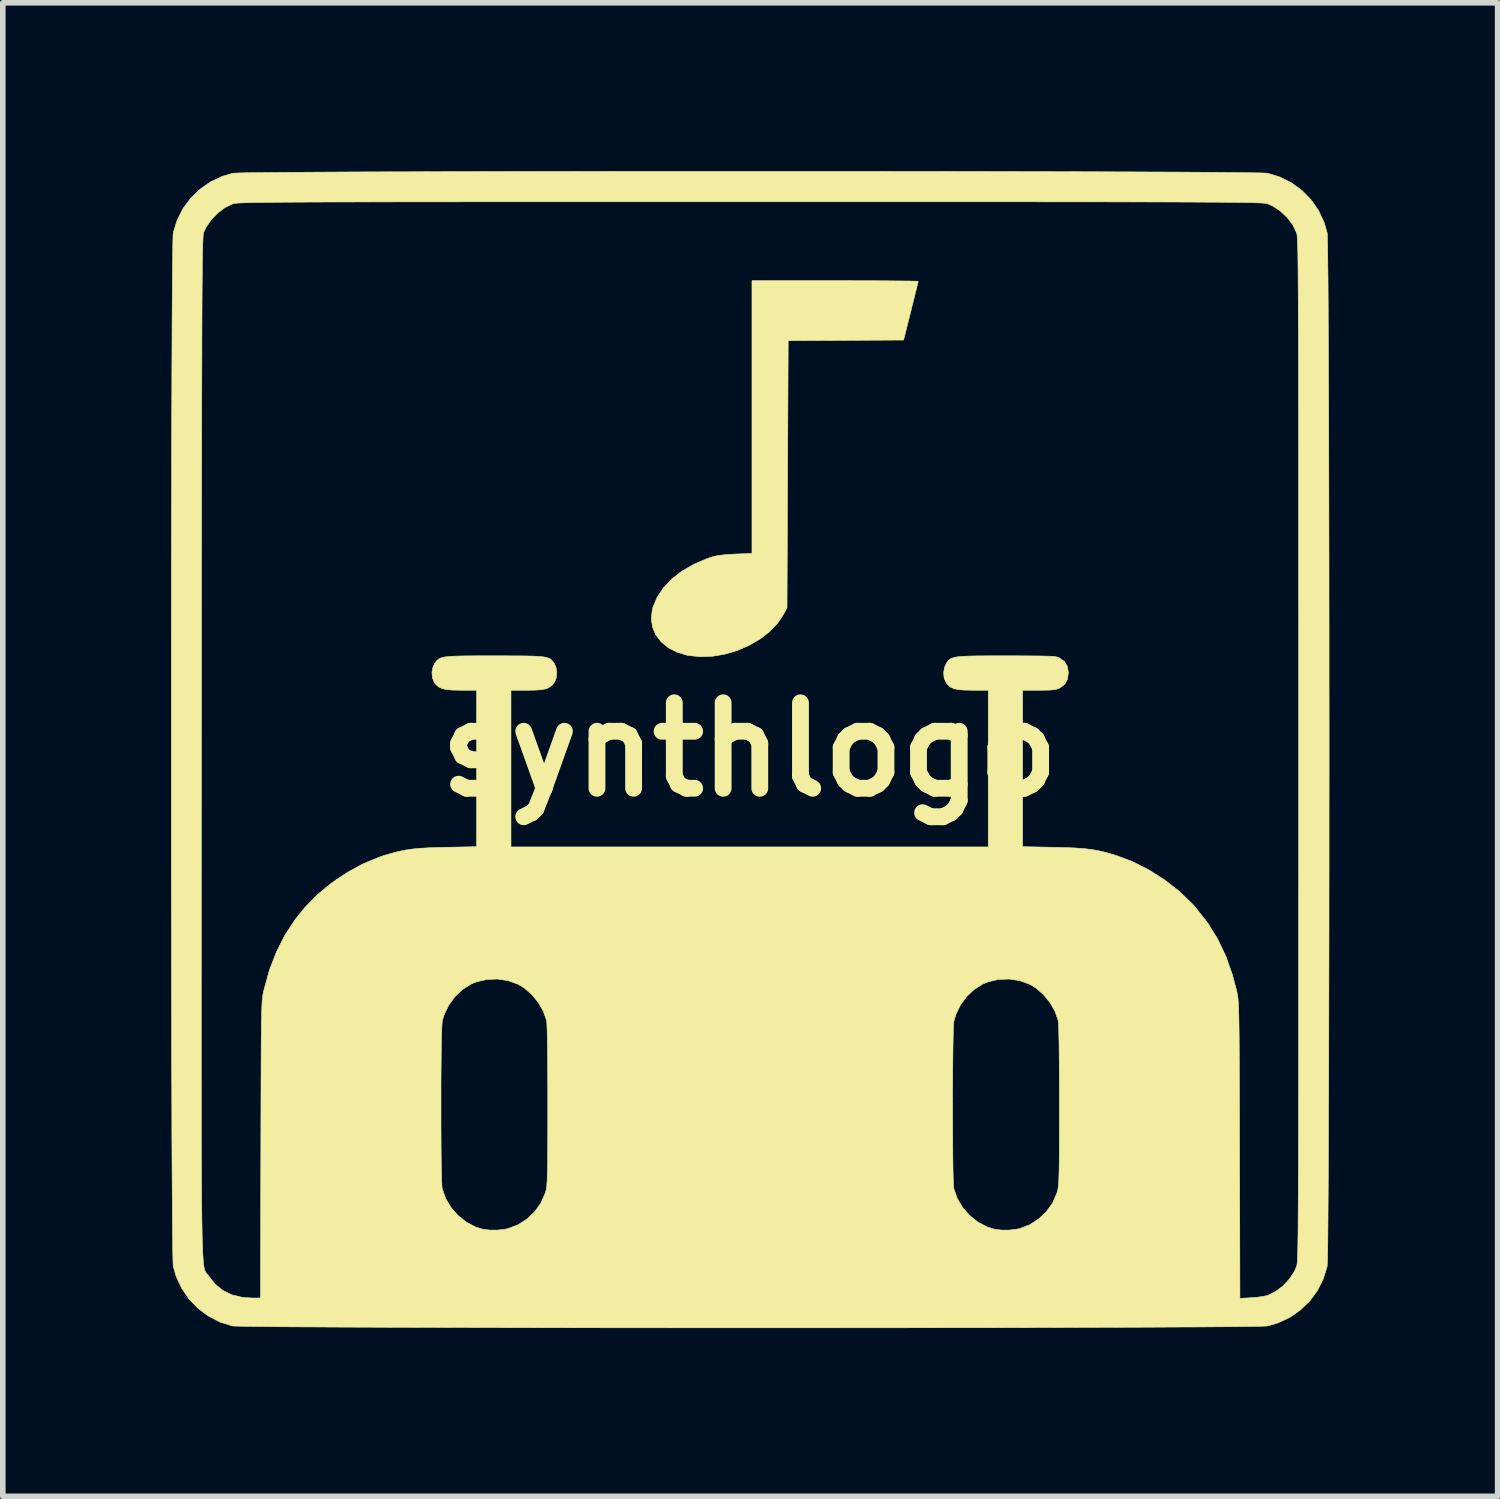
<source format=kicad_pcb>
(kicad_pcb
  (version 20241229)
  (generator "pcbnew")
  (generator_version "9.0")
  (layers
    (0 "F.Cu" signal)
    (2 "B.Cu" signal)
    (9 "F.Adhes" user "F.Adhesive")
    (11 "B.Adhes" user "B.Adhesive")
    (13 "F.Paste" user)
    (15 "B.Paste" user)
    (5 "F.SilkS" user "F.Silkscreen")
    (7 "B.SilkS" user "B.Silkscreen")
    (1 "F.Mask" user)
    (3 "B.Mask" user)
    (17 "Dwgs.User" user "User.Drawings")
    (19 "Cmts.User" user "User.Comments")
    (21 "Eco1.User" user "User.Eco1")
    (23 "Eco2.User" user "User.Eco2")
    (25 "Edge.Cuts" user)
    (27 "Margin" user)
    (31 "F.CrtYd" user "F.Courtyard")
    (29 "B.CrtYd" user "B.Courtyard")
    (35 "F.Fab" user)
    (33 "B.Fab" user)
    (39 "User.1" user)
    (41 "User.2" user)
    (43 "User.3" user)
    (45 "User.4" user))
  (footprint "synthlogo"
    (layer "F.Cu")
    (at 10.316 10.316)
    (property "Reference" "synthlogo" (at 0 0 0) (layer "F.SilkS") (effects (font (size 1.524 1.524) (thickness 0.3))))
    (attr through_hole)
    (fp_poly (pts (xy 1.77 -8.361) (xy 2.004 -8.36) (xy 2.221 -8.36) (xy 2.419 -8.359) (xy 2.593 -8.357) (xy 2.742 -8.356) (xy 2.86 -8.355) (xy 2.946 -8.353) (xy 2.995 -8.351) (xy 3.006 -8.35) (xy 3.001 -8.327) (xy 2.987 -8.269) (xy 2.965 -8.181) (xy 2.938 -8.069) (xy 2.905 -7.939) (xy 2.876 -7.821) (xy 2.746 -7.303) (xy 1.717 -7.297) (xy 0.688 -7.292) (xy 0.677 -4.911) (xy 0.667 -2.529) (xy 0.607 -2.415) (xy 0.498 -2.251) (xy 0.354 -2.102) (xy 0.182 -1.969) (xy -0.012 -1.857) (xy -0.223 -1.766) (xy -0.443 -1.701) (xy -0.668 -1.663) (xy -0.89 -1.656) (xy -1.105 -1.681) (xy -1.121 -1.684) (xy -1.302 -1.74) (xy -1.456 -1.821) (xy -1.58 -1.925) (xy -1.673 -2.047) (xy -1.731 -2.185) (xy -1.753 -2.335) (xy -1.735 -2.494) (xy -1.726 -2.531) (xy -1.651 -2.712) (xy -1.538 -2.883) (xy -1.39 -3.04) (xy -1.209 -3.181) (xy -0.998 -3.303) (xy -0.761 -3.405) (xy -0.656 -3.44) (xy -0.568 -3.459) (xy -0.443 -3.475) (xy -0.289 -3.485) (xy -0.249 -3.487) (xy 0.042 -3.498) (xy 0.042 -8.361) (xy 1.524 -8.361) (xy 1.77 -8.361)) (stroke (width 0.01) (type solid)) (fill yes) (layer "F.SilkS"))
    (fp_poly (pts (xy 0.495 -10.311) (xy 1.038 -10.311) (xy 1.578 -10.311) (xy 2.113 -10.311) (xy 2.641 -10.31) (xy 3.161 -10.31) (xy 3.671 -10.309) (xy 4.169 -10.308) (xy 4.655 -10.307) (xy 5.125 -10.306) (xy 5.578 -10.305) (xy 6.013 -10.304) (xy 6.428 -10.302) (xy 6.822 -10.301) (xy 7.192 -10.299) (xy 7.537 -10.298) (xy 7.855 -10.296) (xy 8.144 -10.294) (xy 8.404 -10.292) (xy 8.631 -10.29) (xy 8.825 -10.287) (xy 8.984 -10.285) (xy 9.106 -10.283) (xy 9.189 -10.28) (xy 9.232 -10.277) (xy 9.236 -10.277) (xy 9.46 -10.208) (xy 9.667 -10.104) (xy 9.853 -9.966) (xy 10.014 -9.801) (xy 10.145 -9.611) (xy 10.244 -9.401) (xy 10.298 -9.215) (xy 10.301 -9.181) (xy 10.303 -9.106) (xy 10.306 -8.993) (xy 10.308 -8.842) (xy 10.31 -8.656) (xy 10.313 -8.435) (xy 10.315 -8.183) (xy 10.317 -7.9) (xy 10.318 -7.588) (xy 10.32 -7.249) (xy 10.322 -6.884) (xy 10.323 -6.496) (xy 10.325 -6.085) (xy 10.326 -5.655) (xy 10.327 -5.205) (xy 10.328 -4.738) (xy 10.329 -4.257) (xy 10.33 -3.761) (xy 10.331 -3.254) (xy 10.331 -2.736) (xy 10.332 -2.209) (xy 10.332 -1.676) (xy 10.332 -1.138) (xy 10.333 -0.595) (xy 10.333 -0.052) (xy 10.333 0.492) (xy 10.332 1.035) (xy 10.332 1.574) (xy 10.332 2.109) (xy 10.331 2.637) (xy 10.331 3.156) (xy 10.33 3.666) (xy 10.329 4.164) (xy 10.328 4.648) (xy 10.327 5.118) (xy 10.326 5.571) (xy 10.325 6.005) (xy 10.323 6.42) (xy 10.322 6.812) (xy 10.32 7.181) (xy 10.319 7.525) (xy 10.317 7.843) (xy 10.315 8.131) (xy 10.313 8.39) (xy 10.311 8.616) (xy 10.309 8.809) (xy 10.306 8.967) (xy 10.304 9.088) (xy 10.301 9.17) (xy 10.298 9.212) (xy 10.298 9.215) (xy 10.229 9.439) (xy 10.125 9.646) (xy 9.988 9.832) (xy 9.822 9.992) (xy 9.633 10.124) (xy 9.422 10.223) (xy 9.236 10.277) (xy 9.203 10.279) (xy 9.128 10.282) (xy 9.015 10.284) (xy 8.865 10.287) (xy 8.679 10.289) (xy 8.459 10.291) (xy 8.207 10.293) (xy 7.924 10.295) (xy 7.613 10.296) (xy 7.274 10.298) (xy 6.91 10.3) (xy 6.522 10.301) (xy 6.112 10.302) (xy 5.682 10.304) (xy 5.233 10.305) (xy 4.766 10.306) (xy 4.285 10.307) (xy 3.789 10.307) (xy 3.282 10.308) (xy 2.764 10.309) (xy 2.238 10.309) (xy 1.704 10.309) (xy 1.166 10.31) (xy 0.624 10.31) (xy 0.08 10.31) (xy -0.465 10.31) (xy -1.008 10.31) (xy -1.547 10.309) (xy -2.082 10.309) (xy -2.611 10.309) (xy -3.131 10.308) (xy -3.641 10.307) (xy -4.14 10.306) (xy -4.626 10.305) (xy -5.096 10.304) (xy -5.55 10.303) (xy -5.986 10.302) (xy -6.402 10.301) (xy -6.796 10.299) (xy -7.167 10.298) (xy -7.512 10.296) (xy -7.831 10.294) (xy -8.122 10.293) (xy -8.382 10.291) (xy -8.611 10.288) (xy -8.806 10.286) (xy -8.967 10.284) (xy -9.09 10.282) (xy -9.175 10.279) (xy -9.22 10.277) (xy -9.225 10.276) (xy -9.446 10.207) (xy -9.65 10.101) (xy -9.835 9.964) (xy -9.994 9.798) (xy -10.125 9.608) (xy -10.223 9.399) (xy -10.277 9.215) (xy -10.279 9.181) (xy -10.282 9.106) (xy -10.285 8.993) (xy -10.287 8.842) (xy -10.289 8.656) (xy -10.291 8.435) (xy -10.293 8.183) (xy -10.295 7.9) (xy -10.297 7.588) (xy -10.299 7.249) (xy -10.301 6.884) (xy -10.302 6.496) (xy -10.303 6.085) (xy -10.305 5.655) (xy -10.306 5.282) (xy -9.777 5.282) (xy -9.777 5.701) (xy -9.776 6.089) (xy -9.776 6.448) (xy -9.776 6.778) (xy -9.775 7.082) (xy -9.774 7.36) (xy -9.773 7.614) (xy -9.771 7.844) (xy -9.77 8.051) (xy -9.768 8.238) (xy -9.766 8.405) (xy -9.763 8.553) (xy -9.761 8.684) (xy -9.757 8.798) (xy -9.754 8.898) (xy -9.75 8.983) (xy -9.746 9.056) (xy -9.742 9.117) (xy -9.737 9.168) (xy -9.731 9.209) (xy -9.725 9.243) (xy -9.719 9.269) (xy -9.713 9.29) (xy -9.705 9.307) (xy -9.698 9.32) (xy -9.689 9.331) (xy -9.681 9.341) (xy -9.671 9.352) (xy -9.662 9.363) (xy -9.651 9.378) (xy -9.65 9.38) (xy -9.532 9.53) (xy -9.391 9.644) (xy -9.228 9.723) (xy -9.04 9.767) (xy -8.885 9.778) (xy -8.722 9.779) (xy -8.715 7.138) (xy -8.714 6.75) (xy -8.713 6.442) (xy -5.503 6.442) (xy -5.503 6.664) (xy -5.502 6.878) (xy -5.501 7.082) (xy -5.499 7.271) (xy -5.496 7.439) (xy -5.493 7.584) (xy -5.49 7.699) (xy -5.486 7.782) (xy -5.481 7.827) (xy -5.481 7.829) (xy -5.42 8.003) (xy -5.324 8.165) (xy -5.199 8.307) (xy -5.052 8.425) (xy -4.888 8.511) (xy -4.769 8.549) (xy -4.638 8.567) (xy -4.49 8.567) (xy -4.348 8.549) (xy -4.307 8.54) (xy -4.13 8.473) (xy -3.97 8.37) (xy -3.831 8.239) (xy -3.721 8.084) (xy -3.645 7.911) (xy -3.631 7.864) (xy -3.624 7.834) (xy -3.619 7.795) (xy -3.614 7.745) (xy -3.61 7.68) (xy -3.607 7.597) (xy -3.604 7.494) (xy -3.602 7.366) (xy -3.601 7.211) (xy -3.6 7.026) (xy -3.599 6.807) (xy -3.599 6.552) (xy -3.599 6.442) (xy 3.619 6.442) (xy 3.62 6.664) (xy 3.621 6.878) (xy 3.622 7.082) (xy 3.624 7.271) (xy 3.626 7.439) (xy 3.629 7.584) (xy 3.633 7.699) (xy 3.637 7.782) (xy 3.642 7.827) (xy 3.642 7.829) (xy 3.703 8.003) (xy 3.799 8.165) (xy 3.923 8.307) (xy 4.071 8.425) (xy 4.235 8.511) (xy 4.354 8.549) (xy 4.485 8.567) (xy 4.633 8.567) (xy 4.775 8.549) (xy 4.816 8.54) (xy 4.993 8.473) (xy 5.153 8.37) (xy 5.291 8.239) (xy 5.402 8.084) (xy 5.478 7.911) (xy 5.492 7.864) (xy 5.498 7.834) (xy 5.504 7.795) (xy 5.509 7.745) (xy 5.513 7.68) (xy 5.516 7.597) (xy 5.519 7.494) (xy 5.521 7.366) (xy 5.522 7.211) (xy 5.523 7.026) (xy 5.524 6.807) (xy 5.524 6.552) (xy 5.524 6.33) (xy 5.524 6.036) (xy 5.522 5.769) (xy 5.521 5.53) (xy 5.519 5.323) (xy 5.516 5.149) (xy 5.512 5.01) (xy 5.509 4.908) (xy 5.504 4.845) (xy 5.502 4.828) (xy 5.445 4.665) (xy 5.354 4.508) (xy 5.238 4.366) (xy 5.102 4.249) (xy 4.992 4.183) (xy 4.815 4.119) (xy 4.626 4.091) (xy 4.434 4.099) (xy 4.249 4.142) (xy 4.154 4.182) (xy 4.003 4.278) (xy 3.868 4.406) (xy 3.757 4.558) (xy 3.677 4.726) (xy 3.643 4.843) (xy 3.638 4.886) (xy 3.634 4.967) (xy 3.631 5.082) (xy 3.628 5.225) (xy 3.625 5.393) (xy 3.623 5.58) (xy 3.621 5.784) (xy 3.62 5.998) (xy 3.619 6.219) (xy 3.619 6.442) (xy -3.599 6.442) (xy -3.599 6.33) (xy -3.599 6.036) (xy -3.6 5.769) (xy -3.602 5.53) (xy -3.604 5.323) (xy -3.607 5.149) (xy -3.61 5.01) (xy -3.614 4.908) (xy -3.618 4.845) (xy -3.621 4.828) (xy -3.678 4.665) (xy -3.768 4.508) (xy -3.885 4.366) (xy -4.021 4.249) (xy -4.131 4.183) (xy -4.308 4.119) (xy -4.497 4.091) (xy -4.689 4.099) (xy -4.873 4.142) (xy -4.969 4.182) (xy -5.12 4.278) (xy -5.255 4.406) (xy -5.365 4.558) (xy -5.446 4.726) (xy -5.48 4.843) (xy -5.484 4.886) (xy -5.488 4.967) (xy -5.492 5.082) (xy -5.495 5.225) (xy -5.498 5.393) (xy -5.5 5.58) (xy -5.502 5.784) (xy -5.503 5.998) (xy -5.503 6.219) (xy -5.503 6.442) (xy -8.713 6.442) (xy -8.713 6.401) (xy -8.712 6.09) (xy -8.711 5.814) (xy -8.71 5.571) (xy -8.709 5.358) (xy -8.708 5.174) (xy -8.706 5.016) (xy -8.705 4.881) (xy -8.702 4.767) (xy -8.7 4.672) (xy -8.697 4.593) (xy -8.694 4.528) (xy -8.691 4.475) (xy -8.686 4.432) (xy -8.682 4.395) (xy -8.676 4.363) (xy -8.67 4.333) (xy -8.664 4.303) (xy -8.662 4.294) (xy -8.564 3.937) (xy -8.439 3.611) (xy -8.286 3.309) (xy -8.101 3.027) (xy -7.932 2.817) (xy -7.709 2.589) (xy -7.455 2.379) (xy -7.18 2.193) (xy -6.892 2.036) (xy -6.598 1.915) (xy -6.512 1.886) (xy -6.378 1.847) (xy -6.256 1.815) (xy -6.137 1.791) (xy -6.014 1.773) (xy -5.879 1.76) (xy -5.722 1.751) (xy -5.535 1.744) (xy -5.413 1.742) (xy -4.868 1.731) (xy -4.868 -1.058) (xy -5.149 -1.058) (xy -5.291 -1.061) (xy -5.398 -1.069) (xy -5.478 -1.086) (xy -5.538 -1.113) (xy -5.586 -1.153) (xy -5.618 -1.192) (xy -5.654 -1.273) (xy -5.664 -1.371) (xy -5.647 -1.469) (xy -5.611 -1.542) (xy -5.589 -1.573) (xy -5.566 -1.598) (xy -5.539 -1.619) (xy -5.504 -1.635) (xy -5.456 -1.648) (xy -5.393 -1.657) (xy -5.309 -1.664) (xy -5.202 -1.668) (xy -5.066 -1.671) (xy -4.899 -1.672) (xy -4.695 -1.672) (xy -4.546 -1.672) (xy -4.319 -1.672) (xy -4.131 -1.671) (xy -3.976 -1.67) (xy -3.852 -1.667) (xy -3.755 -1.661) (xy -3.679 -1.654) (xy -3.623 -1.643) (xy -3.58 -1.629) (xy -3.548 -1.611) (xy -3.523 -1.588) (xy -3.499 -1.56) (xy -3.483 -1.538) (xy -3.45 -1.462) (xy -3.438 -1.367) (xy -3.449 -1.272) (xy -3.482 -1.195) (xy -3.483 -1.192) (xy -3.526 -1.143) (xy -3.575 -1.107) (xy -3.637 -1.082) (xy -3.72 -1.067) (xy -3.831 -1.06) (xy -3.963 -1.058) (xy -4.255 -1.058) (xy -4.255 1.736) (xy 4.255 1.736) (xy 4.255 -1.058) (xy 3.974 -1.058) (xy 3.832 -1.061) (xy 3.725 -1.069) (xy 3.645 -1.086) (xy 3.585 -1.113) (xy 3.537 -1.153) (xy 3.505 -1.192) (xy 3.469 -1.273) (xy 3.459 -1.371) (xy 3.476 -1.469) (xy 3.512 -1.542) (xy 3.534 -1.573) (xy 3.557 -1.598) (xy 3.584 -1.619) (xy 3.619 -1.635) (xy 3.667 -1.648) (xy 3.73 -1.657) (xy 3.814 -1.664) (xy 3.921 -1.668) (xy 4.057 -1.671) (xy 4.224 -1.672) (xy 4.428 -1.672) (xy 4.577 -1.672) (xy 4.794 -1.672) (xy 4.974 -1.671) (xy 5.119 -1.67) (xy 5.234 -1.669) (xy 5.323 -1.666) (xy 5.391 -1.662) (xy 5.44 -1.658) (xy 5.476 -1.652) (xy 5.503 -1.644) (xy 5.523 -1.635) (xy 5.611 -1.573) (xy 5.663 -1.491) (xy 5.683 -1.385) (xy 5.683 -1.365) (xy 5.668 -1.254) (xy 5.622 -1.169) (xy 5.54 -1.104) (xy 5.523 -1.095) (xy 5.484 -1.08) (xy 5.434 -1.069) (xy 5.365 -1.062) (xy 5.268 -1.059) (xy 5.159 -1.058) (xy 4.868 -1.058) (xy 4.868 0.336) (xy 4.868 1.731) (xy 5.424 1.742) (xy 5.631 1.747) (xy 5.804 1.754) (xy 5.95 1.764) (xy 6.079 1.779) (xy 6.198 1.798) (xy 6.314 1.824) (xy 6.437 1.858) (xy 6.533 1.886) (xy 6.826 1.996) (xy 7.117 2.143) (xy 7.397 2.321) (xy 7.658 2.524) (xy 7.891 2.748) (xy 7.953 2.817) (xy 8.165 3.086) (xy 8.343 3.372) (xy 8.49 3.679) (xy 8.608 4.011) (xy 8.683 4.294) (xy 8.69 4.324) (xy 8.696 4.354) (xy 8.701 4.385) (xy 8.706 4.42) (xy 8.71 4.462) (xy 8.714 4.512) (xy 8.718 4.573) (xy 8.72 4.647) (xy 8.723 4.737) (xy 8.725 4.845) (xy 8.727 4.973) (xy 8.729 5.125) (xy 8.73 5.301) (xy 8.731 5.505) (xy 8.732 5.739) (xy 8.733 6.004) (xy 8.734 6.305) (xy 8.735 6.642) (xy 8.736 7.019) (xy 8.736 7.141) (xy 8.743 9.785) (xy 8.949 9.773) (xy 9.051 9.765) (xy 9.149 9.751) (xy 9.226 9.735) (xy 9.25 9.728) (xy 9.382 9.661) (xy 9.51 9.563) (xy 9.623 9.442) (xy 9.712 9.31) (xy 9.752 9.218) (xy 9.755 9.208) (xy 9.758 9.195) (xy 9.761 9.177) (xy 9.764 9.154) (xy 9.766 9.124) (xy 9.768 9.086) (xy 9.77 9.039) (xy 9.772 8.982) (xy 9.774 8.913) (xy 9.776 8.831) (xy 9.777 8.736) (xy 9.779 8.626) (xy 9.78 8.499) (xy 9.781 8.355) (xy 9.782 8.192) (xy 9.783 8.009) (xy 9.784 7.806) (xy 9.785 7.58) (xy 9.786 7.331) (xy 9.786 7.057) (xy 9.787 6.758) (xy 9.787 6.431) (xy 9.788 6.077) (xy 9.788 5.693) (xy 9.789 5.279) (xy 9.789 4.833) (xy 9.789 4.354) (xy 9.789 3.841) (xy 9.789 3.293) (xy 9.789 2.709) (xy 9.79 2.086) (xy 9.79 1.426) (xy 9.79 0.725) (xy 9.79 0) (xy 9.79 -0.741) (xy 9.79 -1.441) (xy 9.79 -2.101) (xy 9.789 -2.722) (xy 9.789 -3.306) (xy 9.789 -3.853) (xy 9.789 -4.366) (xy 9.789 -4.844) (xy 9.789 -5.289) (xy 9.788 -5.702) (xy 9.788 -6.085) (xy 9.787 -6.439) (xy 9.787 -6.765) (xy 9.786 -7.064) (xy 9.786 -7.337) (xy 9.785 -7.585) (xy 9.784 -7.811) (xy 9.783 -8.014) (xy 9.782 -8.196) (xy 9.781 -8.358) (xy 9.78 -8.502) (xy 9.779 -8.628) (xy 9.777 -8.738) (xy 9.776 -8.833) (xy 9.774 -8.915) (xy 9.772 -8.983) (xy 9.77 -9.04) (xy 9.768 -9.087) (xy 9.766 -9.125) (xy 9.763 -9.155) (xy 9.761 -9.178) (xy 9.758 -9.195) (xy 9.755 -9.208) (xy 9.752 -9.218) (xy 9.684 -9.358) (xy 9.583 -9.491) (xy 9.459 -9.606) (xy 9.322 -9.695) (xy 9.239 -9.731) (xy 9.229 -9.734) (xy 9.216 -9.737) (xy 9.198 -9.74) (xy 9.175 -9.742) (xy 9.145 -9.745) (xy 9.107 -9.747) (xy 9.06 -9.749) (xy 9.003 -9.751) (xy 8.934 -9.753) (xy 8.853 -9.755) (xy 8.757 -9.756) (xy 8.647 -9.757) (xy 8.52 -9.759) (xy 8.376 -9.76) (xy 8.214 -9.761) (xy 8.031 -9.762) (xy 7.828 -9.763) (xy 7.602 -9.764) (xy 7.353 -9.765) (xy 7.079 -9.765) (xy 6.78 -9.766) (xy 6.454 -9.766) (xy 6.1 -9.767) (xy 5.716 -9.767) (xy 5.302 -9.767) (xy 4.856 -9.768) (xy 4.378 -9.768) (xy 3.865 -9.768) (xy 3.317 -9.768) (xy 2.733 -9.768) (xy 2.111 -9.768) (xy 1.451 -9.768) (xy 0.75 -9.768) (xy 0.011 -9.768) (xy -0.731 -9.768) (xy -1.431 -9.768) (xy -2.092 -9.768) (xy -2.714 -9.768) (xy -3.298 -9.768) (xy -3.845 -9.768) (xy -4.358 -9.768) (xy -4.836 -9.768) (xy -5.282 -9.767) (xy -5.696 -9.767) (xy -6.08 -9.767) (xy -6.434 -9.766) (xy -6.76 -9.766) (xy -7.059 -9.765) (xy -7.333 -9.765) (xy -7.581 -9.764) (xy -7.807 -9.763) (xy -8.01 -9.762) (xy -8.193 -9.761) (xy -8.356 -9.76) (xy -8.5 -9.759) (xy -8.626 -9.757) (xy -8.737 -9.756) (xy -8.832 -9.754) (xy -8.913 -9.753) (xy -8.982 -9.751) (xy -9.039 -9.749) (xy -9.086 -9.747) (xy -9.124 -9.745) (xy -9.154 -9.742) (xy -9.177 -9.74) (xy -9.195 -9.737) (xy -9.208 -9.734) (xy -9.218 -9.731) (xy -9.355 -9.664) (xy -9.487 -9.564) (xy -9.604 -9.442) (xy -9.695 -9.306) (xy -9.731 -9.229) (xy -9.734 -9.219) (xy -9.737 -9.207) (xy -9.74 -9.19) (xy -9.742 -9.168) (xy -9.745 -9.139) (xy -9.747 -9.102) (xy -9.749 -9.056) (xy -9.751 -9) (xy -9.753 -8.932) (xy -9.755 -8.851) (xy -9.756 -8.757) (xy -9.758 -8.647) (xy -9.759 -8.521) (xy -9.76 -8.378) (xy -9.762 -8.216) (xy -9.763 -8.034) (xy -9.764 -7.832) (xy -9.765 -7.607) (xy -9.766 -7.359) (xy -9.766 -7.086) (xy -9.767 -6.787) (xy -9.768 -6.462) (xy -9.769 -6.108) (xy -9.769 -5.725) (xy -9.77 -5.312) (xy -9.77 -4.867) (xy -9.771 -4.389) (xy -9.771 -3.877) (xy -9.772 -3.329) (xy -9.772 -2.745) (xy -9.773 -2.124) (xy -9.773 -1.464) (xy -9.773 -0.763) (xy -9.774 -0.054) (xy -9.774 0.693) (xy -9.775 1.398) (xy -9.775 2.063) (xy -9.776 2.69) (xy -9.776 3.279) (xy -9.776 3.831) (xy -9.777 4.348) (xy -9.777 4.832) (xy -9.777 5.282) (xy -10.306 5.282) (xy -10.306 5.205) (xy -10.307 4.738) (xy -10.308 4.257) (xy -10.309 3.761) (xy -10.309 3.254) (xy -10.31 2.736) (xy -10.311 2.209) (xy -10.311 1.676) (xy -10.311 1.138) (xy -10.311 0.595) (xy -10.311 0.052) (xy -10.311 -0.492) (xy -10.311 -1.035) (xy -10.311 -1.574) (xy -10.311 -2.109) (xy -10.31 -2.637) (xy -10.31 -3.156) (xy -10.309 -3.666) (xy -10.308 -4.164) (xy -10.307 -4.648) (xy -10.306 -5.118) (xy -10.305 -5.571) (xy -10.304 -6.005) (xy -10.302 -6.42) (xy -10.301 -6.812) (xy -10.299 -7.181) (xy -10.298 -7.525) (xy -10.296 -7.843) (xy -10.294 -8.131) (xy -10.292 -8.39) (xy -10.29 -8.616) (xy -10.287 -8.809) (xy -10.285 -8.967) (xy -10.283 -9.088) (xy -10.28 -9.17) (xy -10.277 -9.212) (xy -10.277 -9.215) (xy -10.208 -9.439) (xy -10.104 -9.646) (xy -9.966 -9.832) (xy -9.801 -9.992) (xy -9.611 -10.124) (xy -9.401 -10.223) (xy -9.215 -10.277) (xy -9.181 -10.279) (xy -9.106 -10.282) (xy -8.993 -10.285) (xy -8.842 -10.287) (xy -8.656 -10.289) (xy -8.435 -10.291) (xy -8.183 -10.293) (xy -7.9 -10.295) (xy -7.588 -10.297) (xy -7.248 -10.299) (xy -6.884 -10.301) (xy -6.496 -10.302) (xy -6.085 -10.303) (xy -5.654 -10.305) (xy -5.205 -10.306) (xy -4.738 -10.307) (xy -4.256 -10.308) (xy -3.76 -10.309) (xy -3.253 -10.309) (xy -2.735 -10.31) (xy -2.208 -10.311) (xy -1.674 -10.311) (xy -1.136 -10.311) (xy -0.593 -10.311) (xy -0.049 -10.311) (xy 0.495 -10.311)) (stroke (width 0.01) (type solid)) (fill yes) (layer "F.SilkS")))
  (gr_rect
    (start -3 -3)
    (end 23.654 23.631)
    (stroke (width 0.1) (type default))
    (fill no)
    (layer "Edge.Cuts")))
</source>
